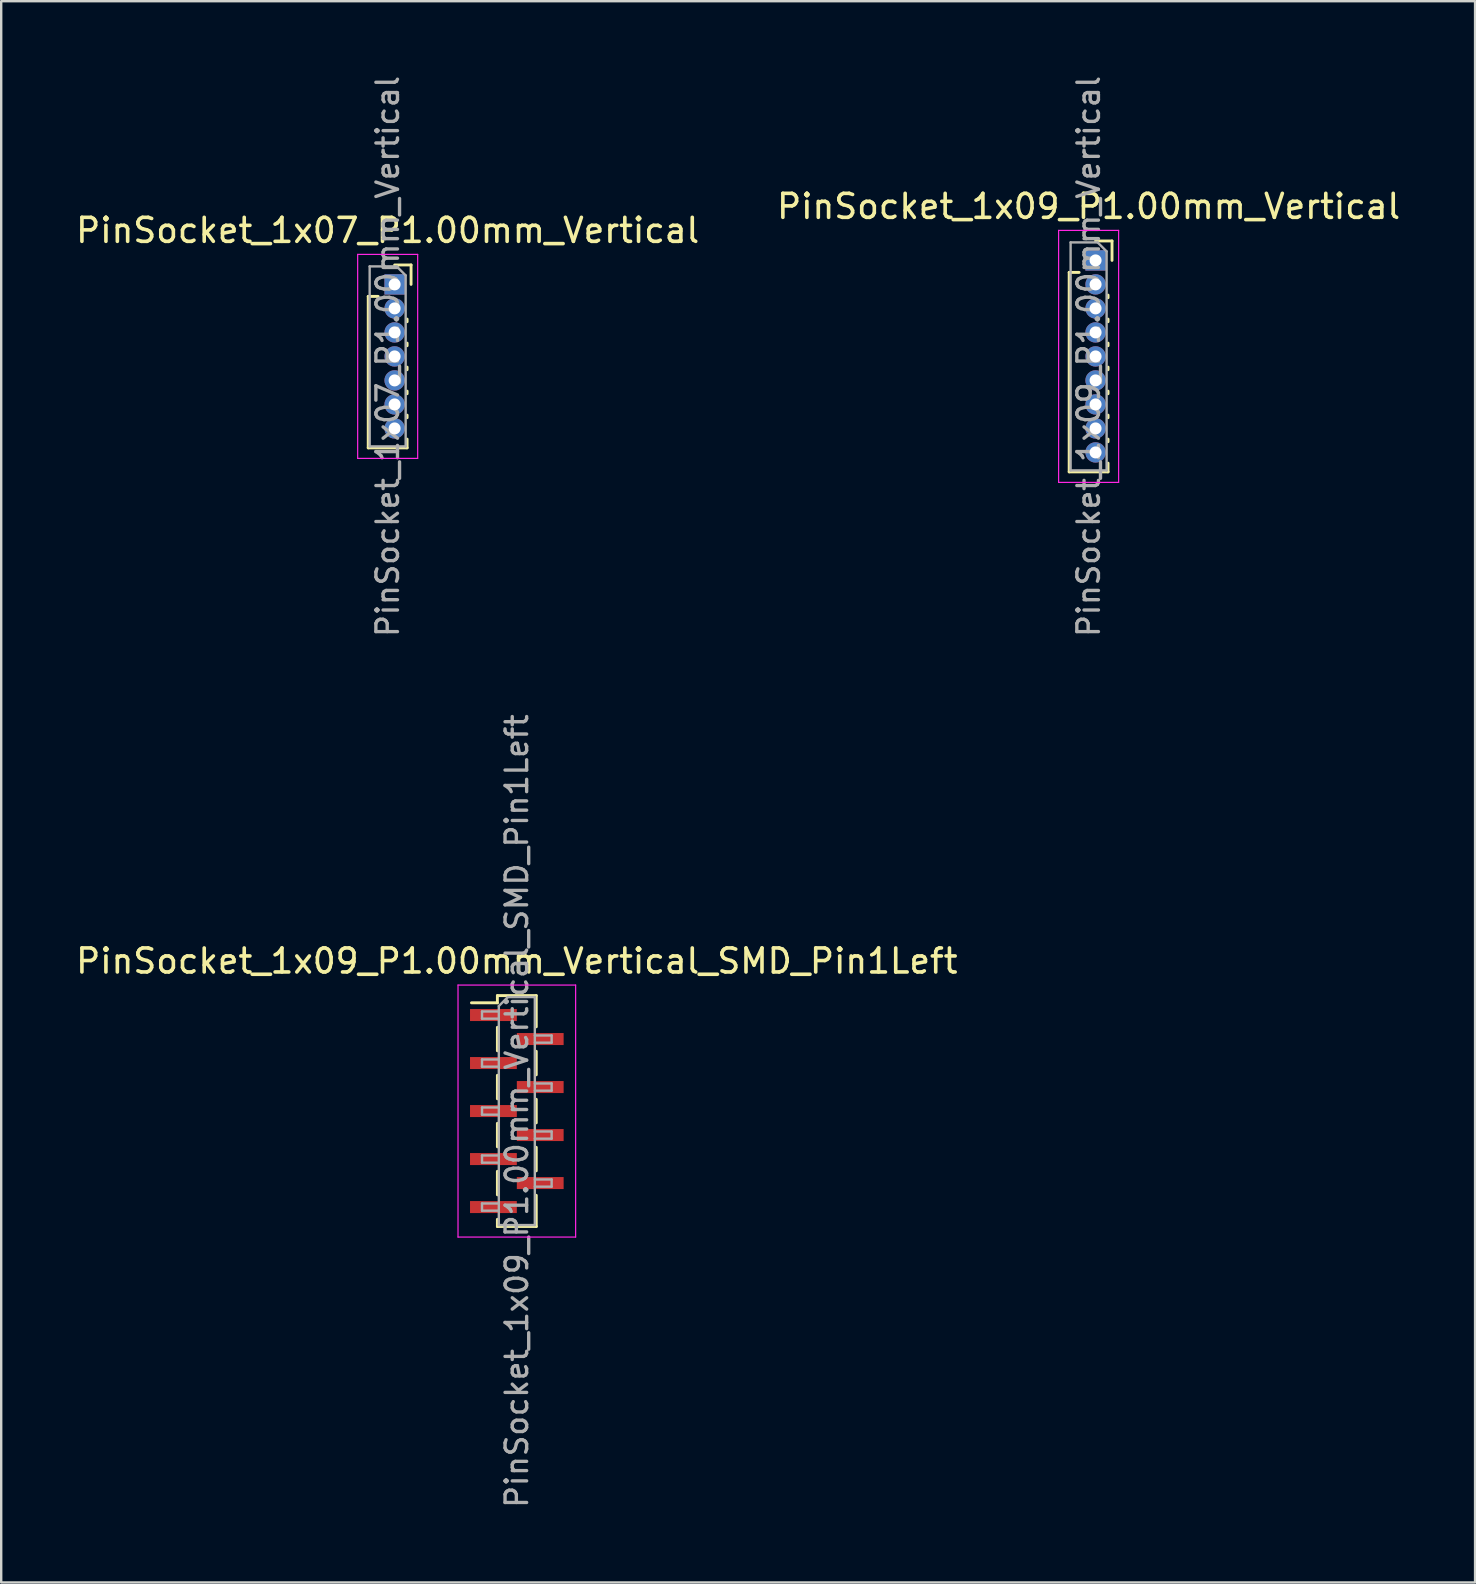
<source format=kicad_pcb>
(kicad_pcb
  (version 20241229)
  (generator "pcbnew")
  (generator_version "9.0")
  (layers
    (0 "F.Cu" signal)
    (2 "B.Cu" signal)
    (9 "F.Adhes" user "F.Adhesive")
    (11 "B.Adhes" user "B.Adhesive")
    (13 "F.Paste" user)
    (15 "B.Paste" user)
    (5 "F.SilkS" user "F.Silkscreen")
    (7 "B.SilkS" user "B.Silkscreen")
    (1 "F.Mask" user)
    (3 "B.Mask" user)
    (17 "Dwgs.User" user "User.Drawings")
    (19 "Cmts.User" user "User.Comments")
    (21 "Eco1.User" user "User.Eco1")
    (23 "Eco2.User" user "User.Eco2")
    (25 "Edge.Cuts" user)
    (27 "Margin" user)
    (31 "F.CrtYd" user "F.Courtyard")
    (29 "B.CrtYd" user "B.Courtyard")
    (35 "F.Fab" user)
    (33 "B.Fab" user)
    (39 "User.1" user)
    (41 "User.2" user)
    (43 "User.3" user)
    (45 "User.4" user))
  (footprint "PinSocket_1x09_P1.00mm_Vertical_SMD_Pin1Left"
    (layer "F.Cu")
    (at 18.482 43.239)
    (property "Reference" "PinSocket_1x09_P1.00mm_Vertical_SMD_Pin1Left" (at 0 -6.25 0) (layer "F.SilkS") (effects (font (size 1 1) (thickness 0.15))))
    (attr smd)
    (fp_line (start -1.89 -4.51) (end -0.81 -4.51) (stroke (width 0.12) (type solid)) (layer "F.SilkS"))
    (fp_line (start -0.81 -4.81) (end -0.81 -4.51) (stroke (width 0.12) (type solid)) (layer "F.SilkS"))
    (fp_line (start -0.81 -4.81) (end 0.81 -4.81) (stroke (width 0.12) (type solid)) (layer "F.SilkS"))
    (fp_line (start -0.81 -3.49) (end -0.81 -2.51) (stroke (width 0.12) (type solid)) (layer "F.SilkS"))
    (fp_line (start -0.81 -1.49) (end -0.81 -0.51) (stroke (width 0.12) (type solid)) (layer "F.SilkS"))
    (fp_line (start -0.81 0.51) (end -0.81 1.49) (stroke (width 0.12) (type solid)) (layer "F.SilkS"))
    (fp_line (start -0.81 2.51) (end -0.81 3.49) (stroke (width 0.12) (type solid)) (layer "F.SilkS"))
    (fp_line (start -0.81 4.51) (end -0.81 4.81) (stroke (width 0.12) (type solid)) (layer "F.SilkS"))
    (fp_line (start -0.81 4.81) (end 0.81 4.81) (stroke (width 0.12) (type solid)) (layer "F.SilkS"))
    (fp_line (start 0.81 -4.81) (end 0.81 -3.51) (stroke (width 0.12) (type solid)) (layer "F.SilkS"))
    (fp_line (start 0.81 -2.49) (end 0.81 -1.51) (stroke (width 0.12) (type solid)) (layer "F.SilkS"))
    (fp_line (start 0.81 -0.49) (end 0.81 0.49) (stroke (width 0.12) (type solid)) (layer "F.SilkS"))
    (fp_line (start 0.81 1.51) (end 0.81 2.49) (stroke (width 0.12) (type solid)) (layer "F.SilkS"))
    (fp_line (start 0.81 3.51) (end 0.81 4.81) (stroke (width 0.12) (type solid)) (layer "F.SilkS"))
    (fp_line (start -2.45 -5.25) (end 2.45 -5.25) (stroke (width 0.05) (type solid)) (layer "F.CrtYd"))
    (fp_line (start -2.45 5.25) (end -2.45 -5.25) (stroke (width 0.05) (type solid)) (layer "F.CrtYd"))
    (fp_line (start 2.45 -5.25) (end 2.45 5.25) (stroke (width 0.05) (type solid)) (layer "F.CrtYd"))
    (fp_line (start 2.45 5.25) (end -2.45 5.25) (stroke (width 0.05) (type solid)) (layer "F.CrtYd"))
    (fp_line (start -1.45 -4.15) (end -0.75 -4.15) (stroke (width 0.1) (type solid)) (layer "F.Fab"))
    (fp_line (start -1.45 -3.85) (end -1.45 -4.15) (stroke (width 0.1) (type solid)) (layer "F.Fab"))
    (fp_line (start -1.45 -2.15) (end -0.75 -2.15) (stroke (width 0.1) (type solid)) (layer "F.Fab"))
    (fp_line (start -1.45 -1.85) (end -1.45 -2.15) (stroke (width 0.1) (type solid)) (layer "F.Fab"))
    (fp_line (start -1.45 -0.15) (end -0.75 -0.15) (stroke (width 0.1) (type solid)) (layer "F.Fab"))
    (fp_line (start -1.45 0.15) (end -1.45 -0.15) (stroke (width 0.1) (type solid)) (layer "F.Fab"))
    (fp_line (start -1.45 1.85) (end -0.75 1.85) (stroke (width 0.1) (type solid)) (layer "F.Fab"))
    (fp_line (start -1.45 2.15) (end -1.45 1.85) (stroke (width 0.1) (type solid)) (layer "F.Fab"))
    (fp_line (start -1.45 3.85) (end -0.75 3.85) (stroke (width 0.1) (type solid)) (layer "F.Fab"))
    (fp_line (start -1.45 4.15) (end -1.45 3.85) (stroke (width 0.1) (type solid)) (layer "F.Fab"))
    (fp_line (start -0.75 -4.375) (end -0.375 -4.75) (stroke (width 0.1) (type solid)) (layer "F.Fab"))
    (fp_line (start -0.75 -3.85) (end -1.45 -3.85) (stroke (width 0.1) (type solid)) (layer "F.Fab"))
    (fp_line (start -0.75 -1.85) (end -1.45 -1.85) (stroke (width 0.1) (type solid)) (layer "F.Fab"))
    (fp_line (start -0.75 0.15) (end -1.45 0.15) (stroke (width 0.1) (type solid)) (layer "F.Fab"))
    (fp_line (start -0.75 2.15) (end -1.45 2.15) (stroke (width 0.1) (type solid)) (layer "F.Fab"))
    (fp_line (start -0.75 4.15) (end -1.45 4.15) (stroke (width 0.1) (type solid)) (layer "F.Fab"))
    (fp_line (start -0.75 4.75) (end -0.75 -4.375) (stroke (width 0.1) (type solid)) (layer "F.Fab"))
    (fp_line (start -0.375 -4.75) (end 0.75 -4.75) (stroke (width 0.1) (type solid)) (layer "F.Fab"))
    (fp_line (start 0.75 -4.75) (end 0.75 4.75) (stroke (width 0.1) (type solid)) (layer "F.Fab"))
    (fp_line (start 0.75 -3.15) (end 1.45 -3.15) (stroke (width 0.1) (type solid)) (layer "F.Fab"))
    (fp_line (start 0.75 -1.15) (end 1.45 -1.15) (stroke (width 0.1) (type solid)) (layer "F.Fab"))
    (fp_line (start 0.75 0.85) (end 1.45 0.85) (stroke (width 0.1) (type solid)) (layer "F.Fab"))
    (fp_line (start 0.75 2.85) (end 1.45 2.85) (stroke (width 0.1) (type solid)) (layer "F.Fab"))
    (fp_line (start 0.75 4.75) (end -0.75 4.75) (stroke (width 0.1) (type solid)) (layer "F.Fab"))
    (fp_line (start 1.45 -3.15) (end 1.45 -2.85) (stroke (width 0.1) (type solid)) (layer "F.Fab"))
    (fp_line (start 1.45 -2.85) (end 0.75 -2.85) (stroke (width 0.1) (type solid)) (layer "F.Fab"))
    (fp_line (start 1.45 -1.15) (end 1.45 -0.85) (stroke (width 0.1) (type solid)) (layer "F.Fab"))
    (fp_line (start 1.45 -0.85) (end 0.75 -0.85) (stroke (width 0.1) (type solid)) (layer "F.Fab"))
    (fp_line (start 1.45 0.85) (end 1.45 1.15) (stroke (width 0.1) (type solid)) (layer "F.Fab"))
    (fp_line (start 1.45 1.15) (end 0.75 1.15) (stroke (width 0.1) (type solid)) (layer "F.Fab"))
    (fp_line (start 1.45 2.85) (end 1.45 3.15) (stroke (width 0.1) (type solid)) (layer "F.Fab"))
    (fp_line (start 1.45 3.15) (end 0.75 3.15) (stroke (width 0.1) (type solid)) (layer "F.Fab"))
    (fp_text user "${REFERENCE}" (at 0 0 90) (layer "F.Fab") (effects (font (size 0.9 0.9) (thickness 0.14))))
    (pad "1" smd rect (at -0.975 -4) (size 1.95 0.5) (layers "F.Cu" "F.Mask" "F.Paste"))
    (pad "2" smd rect (at 0.975 -3) (size 1.95 0.5) (layers "F.Cu" "F.Mask" "F.Paste"))
    (pad "3" smd rect (at -0.975 -2) (size 1.95 0.5) (layers "F.Cu" "F.Mask" "F.Paste"))
    (pad "4" smd rect (at 0.975 -1) (size 1.95 0.5) (layers "F.Cu" "F.Mask" "F.Paste"))
    (pad "5" smd rect (at -0.975 0) (size 1.95 0.5) (layers "F.Cu" "F.Mask" "F.Paste"))
    (pad "6" smd rect (at 0.975 1) (size 1.95 0.5) (layers "F.Cu" "F.Mask" "F.Paste"))
    (pad "7" smd rect (at -0.975 2) (size 1.95 0.5) (layers "F.Cu" "F.Mask" "F.Paste"))
    (pad "8" smd rect (at 0.975 3) (size 1.95 0.5) (layers "F.Cu" "F.Mask" "F.Paste"))
    (pad "9" smd rect (at -0.975 4) (size 1.95 0.5) (layers "F.Cu" "F.Mask" "F.Paste")))
  (footprint "PinSocket_1x07_P1.00mm_Vertical"
    (layer "F.Cu")
    (at 13.391 8.799)
    (property "Reference" "PinSocket_1x07_P1.00mm_Vertical" (at -0.29 -2.25 0) (layer "F.SilkS") (effects (font (size 1 1) (thickness 0.15))))
    (attr through_hole)
    (fp_line (start -1.1 0.5) (end -1.1 6.81) (stroke (width 0.12) (type solid)) (layer "F.SilkS"))
    (fp_line (start -1.1 0.5) (end -0.685 0.5) (stroke (width 0.12) (type solid)) (layer "F.SilkS"))
    (fp_line (start -1.1 6.81) (end 0.52 6.81) (stroke (width 0.12) (type solid)) (layer "F.SilkS"))
    (fp_line (start 0 -0.81) (end 0.685 -0.81) (stroke (width 0.12) (type solid)) (layer "F.SilkS"))
    (fp_line (start 0.52 1.446) (end 0.52 1.554) (stroke (width 0.12) (type solid)) (layer "F.SilkS"))
    (fp_line (start 0.52 2.446) (end 0.52 2.554) (stroke (width 0.12) (type solid)) (layer "F.SilkS"))
    (fp_line (start 0.52 3.446) (end 0.52 3.554) (stroke (width 0.12) (type solid)) (layer "F.SilkS"))
    (fp_line (start 0.52 4.446) (end 0.52 4.554) (stroke (width 0.12) (type solid)) (layer "F.SilkS"))
    (fp_line (start 0.52 5.446) (end 0.52 5.554) (stroke (width 0.12) (type solid)) (layer "F.SilkS"))
    (fp_line (start 0.52 6.446) (end 0.52 6.81) (stroke (width 0.12) (type solid)) (layer "F.SilkS"))
    (fp_line (start 0.685 -0.81) (end 0.685 0) (stroke (width 0.12) (type solid)) (layer "F.SilkS"))
    (fp_line (start -1.54 -1.25) (end 0.96 -1.25) (stroke (width 0.05) (type solid)) (layer "F.CrtYd"))
    (fp_line (start -1.54 7.25) (end -1.54 -1.25) (stroke (width 0.05) (type solid)) (layer "F.CrtYd"))
    (fp_line (start 0.96 -1.25) (end 0.96 7.25) (stroke (width 0.05) (type solid)) (layer "F.CrtYd"))
    (fp_line (start 0.96 7.25) (end -1.54 7.25) (stroke (width 0.05) (type solid)) (layer "F.CrtYd"))
    (fp_line (start -1.04 -0.75) (end 0.085 -0.75) (stroke (width 0.1) (type solid)) (layer "F.Fab"))
    (fp_line (start -1.04 6.75) (end -1.04 -0.75) (stroke (width 0.1) (type solid)) (layer "F.Fab"))
    (fp_line (start 0.085 -0.75) (end 0.46 -0.375) (stroke (width 0.1) (type solid)) (layer "F.Fab"))
    (fp_line (start 0.46 -0.375) (end 0.46 6.75) (stroke (width 0.1) (type solid)) (layer "F.Fab"))
    (fp_line (start 0.46 6.75) (end -1.04 6.75) (stroke (width 0.1) (type solid)) (layer "F.Fab"))
    (fp_text user "${REFERENCE}" (at -0.29 3 90) (layer "F.Fab") (effects (font (size 0.9 0.9) (thickness 0.14))))
    (pad "1" thru_hole rect (at 0 0) (size 0.85 0.85) (drill 0.5) (layers "*.Cu" "*.Mask"))
    (pad "2" thru_hole oval (at 0 1) (size 0.85 0.85) (drill 0.5) (layers "*.Cu" "*.Mask"))
    (pad "3" thru_hole oval (at 0 2) (size 0.85 0.85) (drill 0.5) (layers "*.Cu" "*.Mask"))
    (pad "4" thru_hole oval (at 0 3) (size 0.85 0.85) (drill 0.5) (layers "*.Cu" "*.Mask"))
    (pad "5" thru_hole oval (at 0 4) (size 0.85 0.85) (drill 0.5) (layers "*.Cu" "*.Mask"))
    (pad "6" thru_hole oval (at 0 5) (size 0.85 0.85) (drill 0.5) (layers "*.Cu" "*.Mask"))
    (pad "7" thru_hole oval (at 0 6) (size 0.85 0.85) (drill 0.5) (layers "*.Cu" "*.Mask")))
  (footprint "PinSocket_1x09_P1.00mm_Vertical"
    (layer "F.Cu")
    (at 42.594 7.799)
    (property "Reference" "PinSocket_1x09_P1.00mm_Vertical" (at -0.29 -2.25 0) (layer "F.SilkS") (effects (font (size 1 1) (thickness 0.15))))
    (attr through_hole)
    (fp_line (start -1.1 0.5) (end -1.1 8.81) (stroke (width 0.12) (type solid)) (layer "F.SilkS"))
    (fp_line (start -1.1 0.5) (end -0.685 0.5) (stroke (width 0.12) (type solid)) (layer "F.SilkS"))
    (fp_line (start -1.1 8.81) (end 0.52 8.81) (stroke (width 0.12) (type solid)) (layer "F.SilkS"))
    (fp_line (start 0 -0.81) (end 0.685 -0.81) (stroke (width 0.12) (type solid)) (layer "F.SilkS"))
    (fp_line (start 0.52 1.446) (end 0.52 1.554) (stroke (width 0.12) (type solid)) (layer "F.SilkS"))
    (fp_line (start 0.52 2.446) (end 0.52 2.554) (stroke (width 0.12) (type solid)) (layer "F.SilkS"))
    (fp_line (start 0.52 3.446) (end 0.52 3.554) (stroke (width 0.12) (type solid)) (layer "F.SilkS"))
    (fp_line (start 0.52 4.446) (end 0.52 4.554) (stroke (width 0.12) (type solid)) (layer "F.SilkS"))
    (fp_line (start 0.52 5.446) (end 0.52 5.554) (stroke (width 0.12) (type solid)) (layer "F.SilkS"))
    (fp_line (start 0.52 6.446) (end 0.52 6.554) (stroke (width 0.12) (type solid)) (layer "F.SilkS"))
    (fp_line (start 0.52 7.446) (end 0.52 7.554) (stroke (width 0.12) (type solid)) (layer "F.SilkS"))
    (fp_line (start 0.52 8.446) (end 0.52 8.81) (stroke (width 0.12) (type solid)) (layer "F.SilkS"))
    (fp_line (start 0.685 -0.81) (end 0.685 0) (stroke (width 0.12) (type solid)) (layer "F.SilkS"))
    (fp_line (start -1.54 -1.25) (end 0.96 -1.25) (stroke (width 0.05) (type solid)) (layer "F.CrtYd"))
    (fp_line (start -1.54 9.25) (end -1.54 -1.25) (stroke (width 0.05) (type solid)) (layer "F.CrtYd"))
    (fp_line (start 0.96 -1.25) (end 0.96 9.25) (stroke (width 0.05) (type solid)) (layer "F.CrtYd"))
    (fp_line (start 0.96 9.25) (end -1.54 9.25) (stroke (width 0.05) (type solid)) (layer "F.CrtYd"))
    (fp_line (start -1.04 -0.75) (end 0.085 -0.75) (stroke (width 0.1) (type solid)) (layer "F.Fab"))
    (fp_line (start -1.04 8.75) (end -1.04 -0.75) (stroke (width 0.1) (type solid)) (layer "F.Fab"))
    (fp_line (start 0.085 -0.75) (end 0.46 -0.375) (stroke (width 0.1) (type solid)) (layer "F.Fab"))
    (fp_line (start 0.46 -0.375) (end 0.46 8.75) (stroke (width 0.1) (type solid)) (layer "F.Fab"))
    (fp_line (start 0.46 8.75) (end -1.04 8.75) (stroke (width 0.1) (type solid)) (layer "F.Fab"))
    (fp_text user "${REFERENCE}" (at -0.29 4 90) (layer "F.Fab") (effects (font (size 0.9 0.9) (thickness 0.14))))
    (pad "1" thru_hole rect (at 0 0) (size 0.85 0.85) (drill 0.5) (layers "*.Cu" "*.Mask"))
    (pad "2" thru_hole oval (at 0 1) (size 0.85 0.85) (drill 0.5) (layers "*.Cu" "*.Mask"))
    (pad "3" thru_hole oval (at 0 2) (size 0.85 0.85) (drill 0.5) (layers "*.Cu" "*.Mask"))
    (pad "4" thru_hole oval (at 0 3) (size 0.85 0.85) (drill 0.5) (layers "*.Cu" "*.Mask"))
    (pad "5" thru_hole oval (at 0 4) (size 0.85 0.85) (drill 0.5) (layers "*.Cu" "*.Mask"))
    (pad "6" thru_hole oval (at 0 5) (size 0.85 0.85) (drill 0.5) (layers "*.Cu" "*.Mask"))
    (pad "7" thru_hole oval (at 0 6) (size 0.85 0.85) (drill 0.5) (layers "*.Cu" "*.Mask"))
    (pad "8" thru_hole oval (at 0 7) (size 0.85 0.85) (drill 0.5) (layers "*.Cu" "*.Mask"))
    (pad "9" thru_hole oval (at 0 8) (size 0.85 0.85) (drill 0.5) (layers "*.Cu" "*.Mask")))
  (gr_rect
    (start -3 -3)
    (end 58.405 62.88)
    (stroke (width 0.1) (type default))
    (fill no)
    (layer "Edge.Cuts")))
</source>
